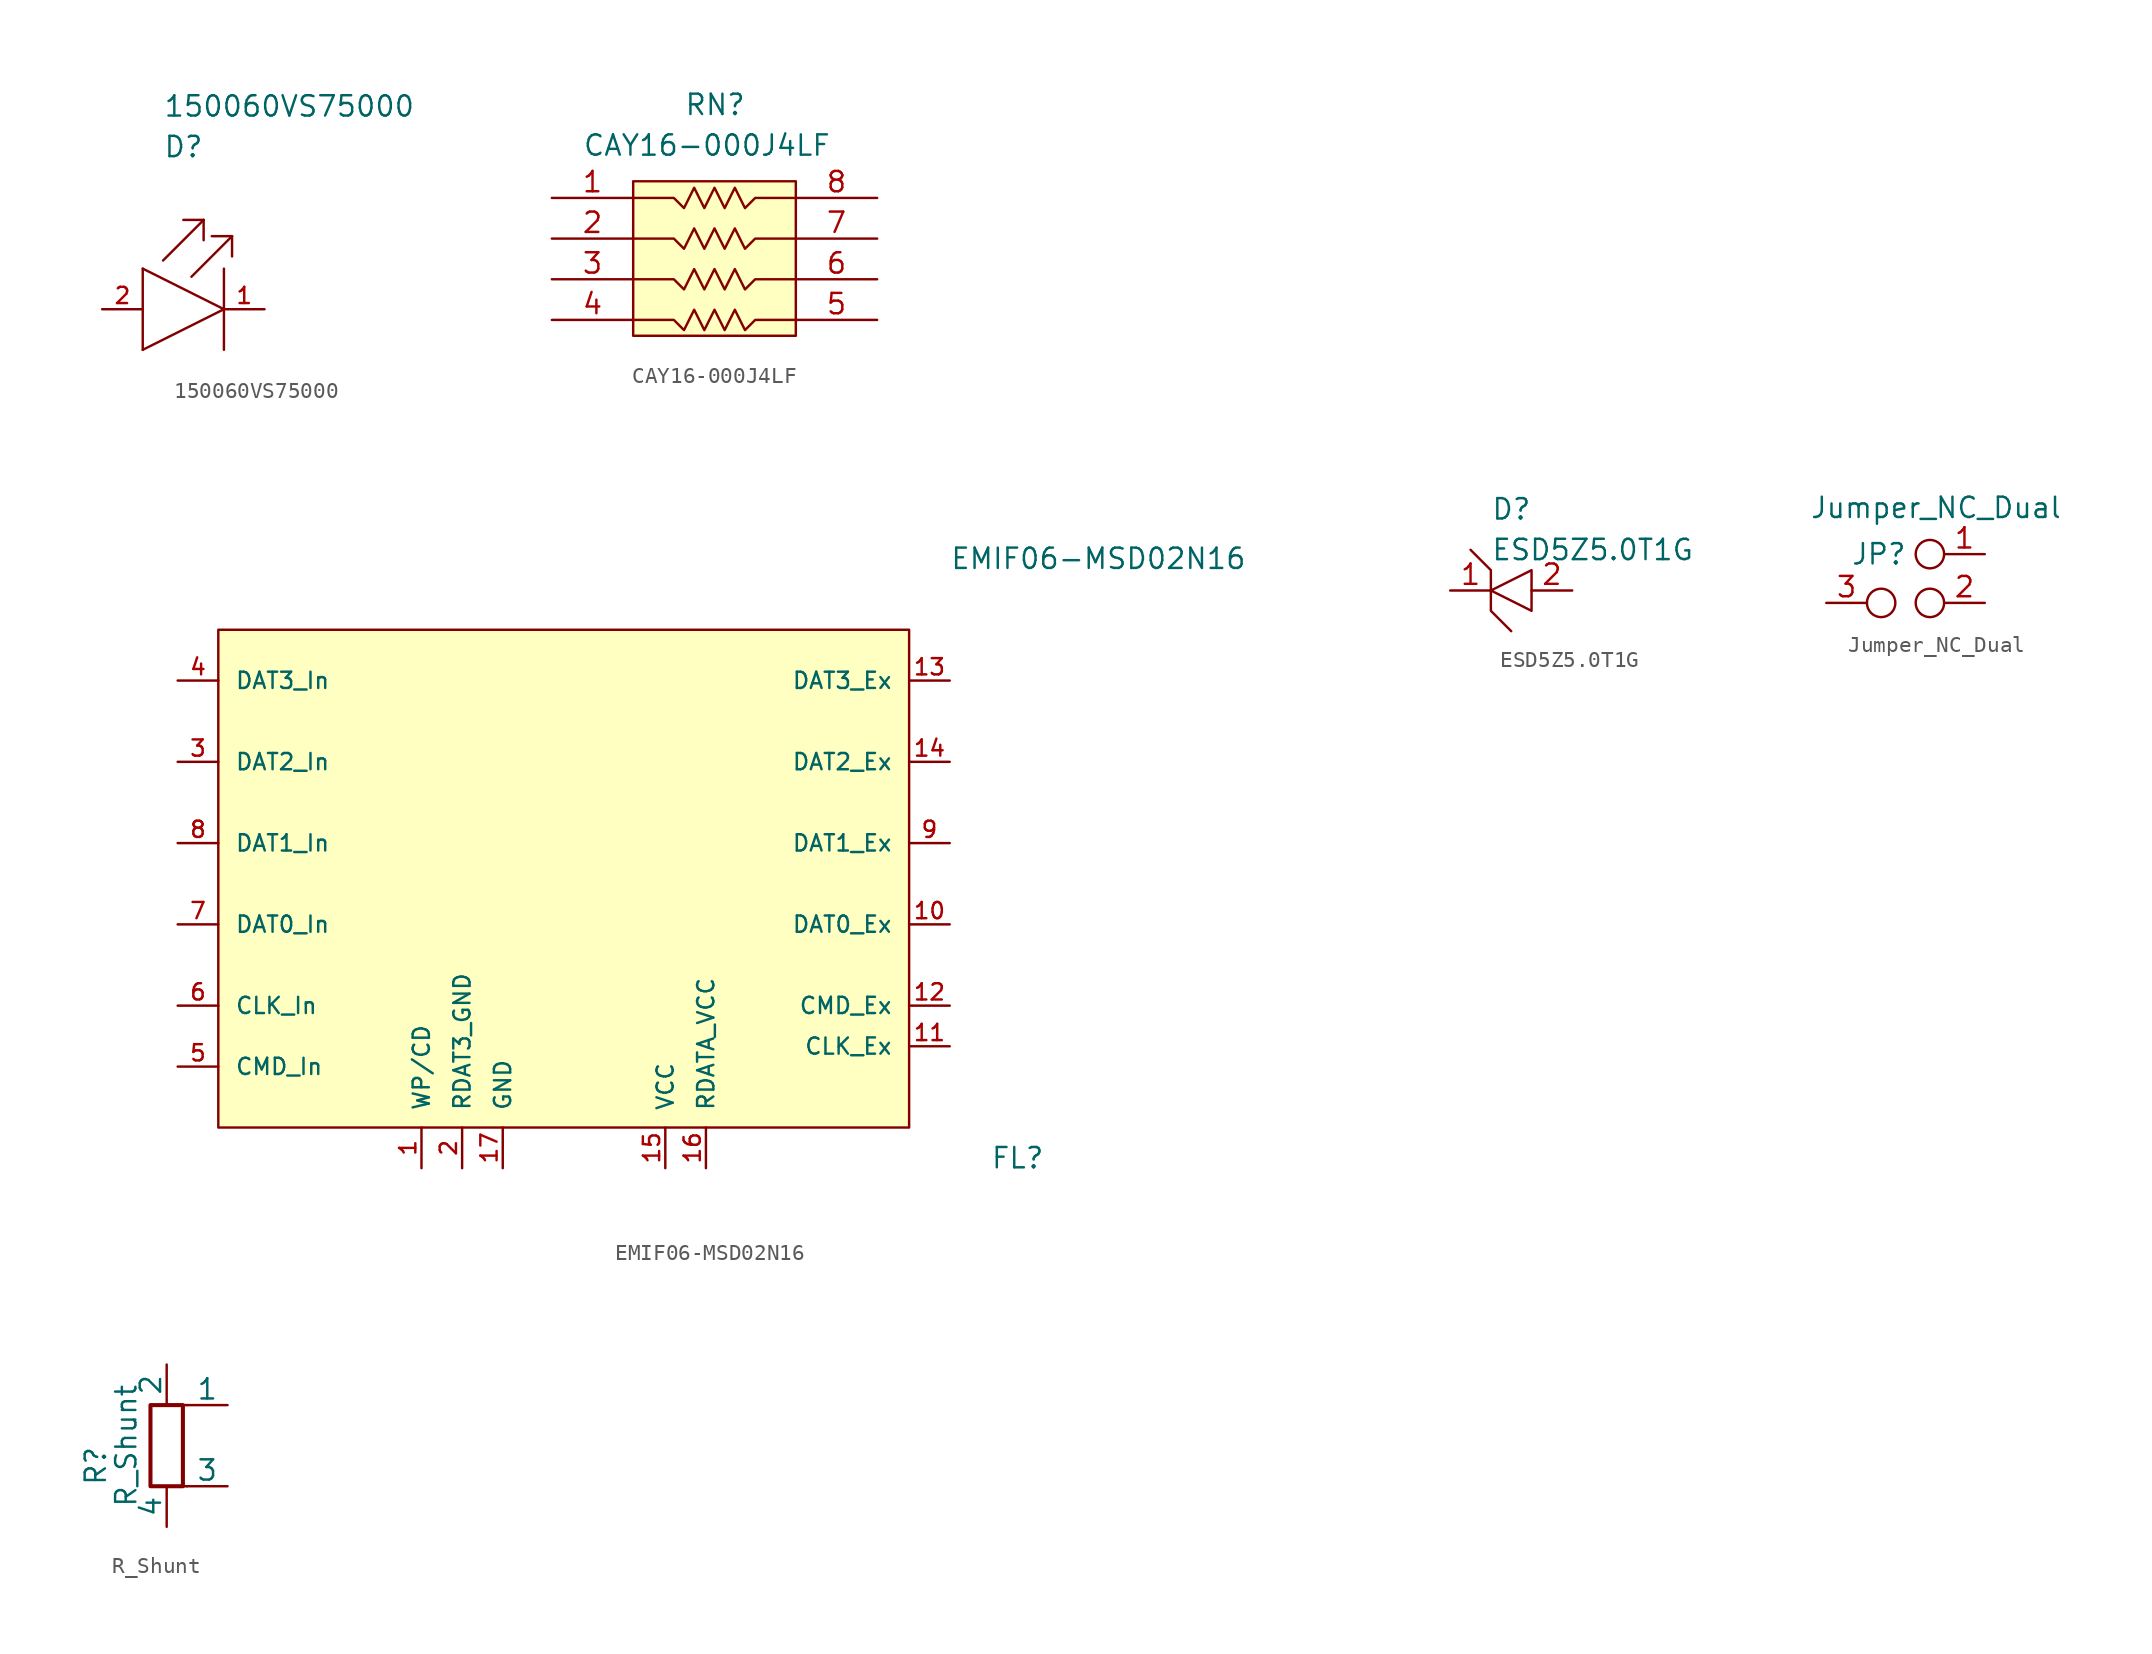
<source format=kicad_sym>
(kicad_symbol_lib
  (version 20241209)
  (generator "kicad_symbol_editor")
  (generator_version "9.0")
  (symbol "150060VS75000"
    (pin_names
      (offset 1.016))
    (property "Reference" "D"
      (at 0 10.16 0)
      (effects (font (size 1.27 1.27)) (justify left)))
    (property "Value" "150060VS75000"
      (at 0 12.7 0)
      (effects (font (size 1.27 1.27)) (justify left)))
    (symbol "150060VS75000_1_1"
      (polyline (pts (xy -1.27 2.54) (xy -1.27 -2.54)) (stroke (width 0) (type solid)) (fill (type none)))
      (polyline (pts (xy -1.27 2.54) (xy 3.81 0)) (stroke (width 0) (type solid)) (fill (type none)))
      (polyline (pts (xy -1.27 -2.54) (xy 3.81 0)) (stroke (width 0) (type solid)) (fill (type none)))
      (polyline (pts (xy 0 3.048) (xy 2.54 5.588)) (stroke (width 0) (type solid)) (fill (type none)))
      (polyline (pts (xy 1.778 2.032) (xy 4.318 4.572)) (stroke (width 0) (type solid)) (fill (type none)))
      (polyline (pts (xy 2.54 5.588) (xy 1.27 5.588)) (stroke (width 0) (type solid)) (fill (type none)))
      (polyline (pts (xy 2.54 5.588) (xy 2.54 4.318)) (stroke (width 0) (type solid)) (fill (type none)))
      (polyline (pts (xy 3.81 2.54) (xy 3.81 -2.54)) (stroke (width 0) (type solid)) (fill (type none)))
      (polyline (pts (xy 4.318 4.572) (xy 3.048 4.572)) (stroke (width 0) (type solid)) (fill (type none)))
      (polyline (pts (xy 4.318 4.572) (xy 4.318 3.302)) (stroke (width 0) (type solid)) (fill (type none)))
      (pin passive line (at -3.81 0 0) (length 2.54) (name "ANODE" (effects (font (size 0 0)))) (number "2" (effects (font (size 1.016 1.016)))))
      (pin passive line (at 6.35 0 180) (length 2.54) (name "CATHODE" (effects (font (size 0 0)))) (number "1" (effects (font (size 1.016 1.016)))))))
  (symbol "CAY16-000J4LF"
    (pin_names
      (offset 1.016)
      (hide yes))
    (property "Reference" "RN"
      (at 8.255 5.08 0)
      (effects (font (size 1.27 1.27)) (justify left bottom)))
    (property "Value" "CAY16-000J4LF"
      (at 1.905 2.54 0)
      (effects (font (size 1.27 1.27)) (justify left bottom)))
    (symbol "CAY16-000J4LF_0_1"
      (polyline (pts (xy 5.08 -7.62) (xy 7.62 -7.62) (xy 8.255 -8.255) (xy 8.89 -6.985) (xy 9.525 -8.255) (xy 10.16 -6.985) (xy 10.795 -8.255) (xy 11.43 -6.985) (xy 12.065 -8.255) (xy 12.7 -7.62) (xy 15.24 -7.62)) (stroke (width 0) (type solid)) (fill (type none))))
    (symbol "CAY16-000J4LF_1_1"
      (polyline (pts (xy 5.08 0) (xy 7.62 0) (xy 8.255 -0.635) (xy 8.89 0.635) (xy 9.525 -0.635) (xy 10.16 0.635) (xy 10.795 -0.635) (xy 11.43 0.635) (xy 12.065 -0.635) (xy 12.7 0) (xy 15.24 0)) (stroke (width 0) (type solid)) (fill (type none)))
      (polyline (pts (xy 5.08 -2.54) (xy 7.62 -2.54) (xy 8.255 -3.175) (xy 8.89 -1.905) (xy 9.525 -3.175) (xy 10.16 -1.905) (xy 10.795 -3.175) (xy 11.43 -1.905) (xy 12.065 -3.175) (xy 12.7 -2.54) (xy 15.24 -2.54)) (stroke (width 0) (type solid)) (fill (type none)))
      (polyline (pts (xy 5.08 -5.08) (xy 7.62 -5.08) (xy 8.255 -5.715) (xy 8.89 -4.445) (xy 9.525 -5.715) (xy 10.16 -4.445) (xy 10.795 -5.715) (xy 11.43 -4.445) (xy 12.065 -5.715) (xy 12.7 -5.08) (xy 15.24 -5.08)) (stroke (width 0) (type solid)) (fill (type none)))
      (rectangle (start 5.08 -8.611) (end 15.24 1.041) (stroke (width 0) (type solid)) (fill (type background)))
      (pin passive line (at 0 0 0) (length 5.08) (name "1" (effects (font (size 1.27 1.27)))) (number "1" (effects (font (size 1.27 1.27)))))
      (pin passive line (at 0 -2.54 0) (length 5.08) (name "2" (effects (font (size 1.27 1.27)))) (number "2" (effects (font (size 1.27 1.27)))))
      (pin passive line (at 0 -5.08 0) (length 5.08) (name "3" (effects (font (size 1.27 1.27)))) (number "3" (effects (font (size 1.27 1.27)))))
      (pin passive line (at 0 -7.62 0) (length 5.08) (name "4" (effects (font (size 1.27 1.27)))) (number "4" (effects (font (size 1.27 1.27)))))
      (pin passive line (at 20.32 0 180) (length 5.08) (name "8" (effects (font (size 1.27 1.27)))) (number "8" (effects (font (size 1.27 1.27)))))
      (pin passive line (at 20.32 -2.54 180) (length 5.08) (name "7" (effects (font (size 1.27 1.27)))) (number "7" (effects (font (size 1.27 1.27)))))
      (pin passive line (at 20.32 -5.08 180) (length 5.08) (name "6" (effects (font (size 1.27 1.27)))) (number "6" (effects (font (size 1.27 1.27)))))
      (pin passive line (at 20.32 -7.62 180) (length 5.08) (name "5" (effects (font (size 1.27 1.27)))) (number "5" (effects (font (size 1.27 1.27)))))))
  (symbol "EMIF06-MSD02N16"
    (pin_names
      (offset 1.016))
    (property "Reference" "FL"
      (at 2.54 -29.845 0)
      (effects (font (size 1.27 1.27)) (justify left)))
    (property "Value" "EMIF06-MSD02N16"
      (at 0 7.62 0)
      (effects (font (size 1.27 1.27)) (justify left)))
    (symbol "EMIF06-MSD02N16_1_1"
      (rectangle (start -2.54 -27.94) (end -45.72 3.175) (stroke (width 0) (type solid)) (fill (type background)))
      (pin passive line (at -48.26 0 0) (length 2.54) (name "DAT3_In" (effects (font (size 1.016 1.016)))) (number "4" (effects (font (size 1.016 1.016)))))
      (pin passive line (at -48.26 -5.08 0) (length 2.54) (name "DAT2_In" (effects (font (size 1.016 1.016)))) (number "3" (effects (font (size 1.016 1.016)))))
      (pin passive line (at -48.26 -10.16 0) (length 2.54) (name "DAT1_In" (effects (font (size 1.016 1.016)))) (number "8" (effects (font (size 1.016 1.016)))))
      (pin passive line (at -48.26 -15.24 0) (length 2.54) (name "DAT0_In" (effects (font (size 1.016 1.016)))) (number "7" (effects (font (size 1.016 1.016)))))
      (pin passive line (at -48.26 -20.32 0) (length 2.54) (name "CLK_In" (effects (font (size 1.016 1.016)))) (number "6" (effects (font (size 1.016 1.016)))))
      (pin passive line (at -48.26 -24.13 0) (length 2.54) (name "CMD_In" (effects (font (size 1.016 1.016)))) (number "5" (effects (font (size 1.016 1.016)))))
      (pin passive line (at -33.02 -30.48 90) (length 2.54) (name "WP/CD" (effects (font (size 1.016 1.016)))) (number "1" (effects (font (size 1.016 1.016)))))
      (pin power_in line (at -30.48 -30.48 90) (length 2.54) (name "RDAT3_GND" (effects (font (size 1.016 1.016)))) (number "2" (effects (font (size 1.016 1.016)))))
      (pin power_in line (at -27.94 -30.48 90) (length 2.54) (name "GND" (effects (font (size 1.016 1.016)))) (number "17" (effects (font (size 1.016 1.016)))))
      (pin power_in line (at -17.78 -30.48 90) (length 2.54) (name "VCC" (effects (font (size 1.016 1.016)))) (number "15" (effects (font (size 1.016 1.016)))))
      (pin power_in line (at -15.24 -30.48 90) (length 2.54) (name "RDATA_VCC" (effects (font (size 1.016 1.016)))) (number "16" (effects (font (size 1.016 1.016)))))
      (pin passive line (at 0 0 180) (length 2.54) (name "DAT3_Ex" (effects (font (size 1.016 1.016)))) (number "13" (effects (font (size 1.016 1.016)))))
      (pin passive line (at 0 -5.08 180) (length 2.54) (name "DAT2_Ex" (effects (font (size 1.016 1.016)))) (number "14" (effects (font (size 1.016 1.016)))))
      (pin passive line (at 0 -10.16 180) (length 2.54) (name "DAT1_Ex" (effects (font (size 1.016 1.016)))) (number "9" (effects (font (size 1.016 1.016)))))
      (pin passive line (at 0 -15.24 180) (length 2.54) (name "DAT0_Ex" (effects (font (size 1.016 1.016)))) (number "10" (effects (font (size 1.016 1.016)))))
      (pin passive line (at 0 -20.32 180) (length 2.54) (name "CMD_Ex" (effects (font (size 1.016 1.016)))) (number "12" (effects (font (size 1.016 1.016)))))
      (pin passive line (at 0 -22.86 180) (length 2.54) (name "CLK_Ex" (effects (font (size 1.016 1.016)))) (number "11" (effects (font (size 1.016 1.016)))))))
  (symbol "ESD5Z5.0T1G"
    (pin_names
      (offset 0.762))
    (property "Reference" "D"
      (at 2.54 5.08 0)
      (effects (font (size 1.27 1.27)) (justify left)))
    (property "Value" "ESD5Z5.0T1G"
      (at 2.54 2.54 0)
      (effects (font (size 1.27 1.27)) (justify left)))
    (symbol "ESD5Z5.0T1G_0_1"
      (polyline (pts (xy 2.54 0) (xy 2.54 -1.27) (xy 3.81 -2.54)) (stroke (width 0) (type solid)) (fill (type none)))
      (polyline (pts (xy 2.54 0) (xy 5.08 1.27) (xy 5.08 -1.27) (xy 2.54 0) (xy 2.54 1.27) (xy 1.27 2.54)) (stroke (width 0) (type solid)) (fill (type none))))
    (symbol "ESD5Z5.0T1G_1_1"
      (pin passive line (at 0 0 0) (length 2.54) (name "~" (effects (font (size 1.27 1.27)))) (number "1" (effects (font (size 1.27 1.27)))))
      (pin passive line (at 7.62 0 180) (length 2.54) (name "~" (effects (font (size 1.27 1.27)))) (number "2" (effects (font (size 1.27 1.27)))))))
  (symbol "Jumper_NC_Dual"
    (pin_names
      (offset 0.762)
      (hide yes))
    (property "Reference" "JP"
      (at -4.953 3.048 0)
      (effects (font (size 1.27 1.27)) (justify left)))
    (property "Value" "Jumper_NC_Dual"
      (at 0.381 5.207 0)
      (effects (font (size 1.27 1.27)) (justify bottom)))
    (symbol "Jumper_NC_Dual_0_1"
      (circle (center 0 3.048) (radius 0.889) (stroke (width 0) (type solid)) (fill (type none))))
    (symbol "Jumper_NC_Dual_1_1"
      (circle (center -3.048 0) (radius 0.889) (stroke (width 0) (type solid)) (fill (type none)))
      (circle (center 0 0) (radius 0.889) (stroke (width 0) (type solid)) (fill (type none)))
      (pin passive line (at -6.477 0 0) (length 2.54) (name "3" (effects (font (size 1.27 1.27)))) (number "3" (effects (font (size 1.27 1.27)))))
      (pin passive line (at 3.429 3.048 180) (length 2.54) (name "1" (effects (font (size 1.27 1.27)))) (number "1" (effects (font (size 1.27 1.27)))))
      (pin passive line (at 3.429 0 180) (length 2.54) (name "2" (effects (font (size 1.27 1.27)))) (number "2" (effects (font (size 1.27 1.27)))))))
  (symbol "R_Shunt"
    (pin_numbers
      (hide yes))
    (pin_names
      (offset 0))
    (property "Reference" "R"
      (at -4.445 0 90)
      (effects (font (size 1.27 1.27))))
    (property "Value" "R_Shunt"
      (at -2.54 1.27 90)
      (effects (font (size 1.27 1.27))))
    (symbol "R_Shunt_0_1"
      (rectangle (start -1.016 -1.27) (end 1.016 3.81) (stroke (width 0.254) (type solid)) (fill (type none)))
      (polyline (pts (xy 0 -1.27) (xy 1.27 -1.27)) (stroke (width 0) (type solid)) (fill (type none)))
      (polyline (pts (xy 1.27 3.81) (xy 0 3.81)) (stroke (width 0) (type solid)) (fill (type none))))
    (symbol "R_Shunt_1_1"
      (pin passive line (at 0 6.35 270) (length 2.54) (name "2" (effects (font (size 1.27 1.27)))) (number "2" (effects (font (size 1.27 1.27)))))
      (pin passive line (at 0 -3.81 90) (length 2.54) (name "4" (effects (font (size 1.27 1.27)))) (number "4" (effects (font (size 1.27 1.27)))))
      (pin passive line (at 3.81 3.81 180) (length 2.54) (name "1" (effects (font (size 1.27 1.27)))) (number "1" (effects (font (size 1.27 1.27)))))
      (pin passive line (at 3.81 -1.27 180) (length 2.54) (name "3" (effects (font (size 1.27 1.27)))) (number "3" (effects (font (size 1.27 1.27))))))))
</source>
